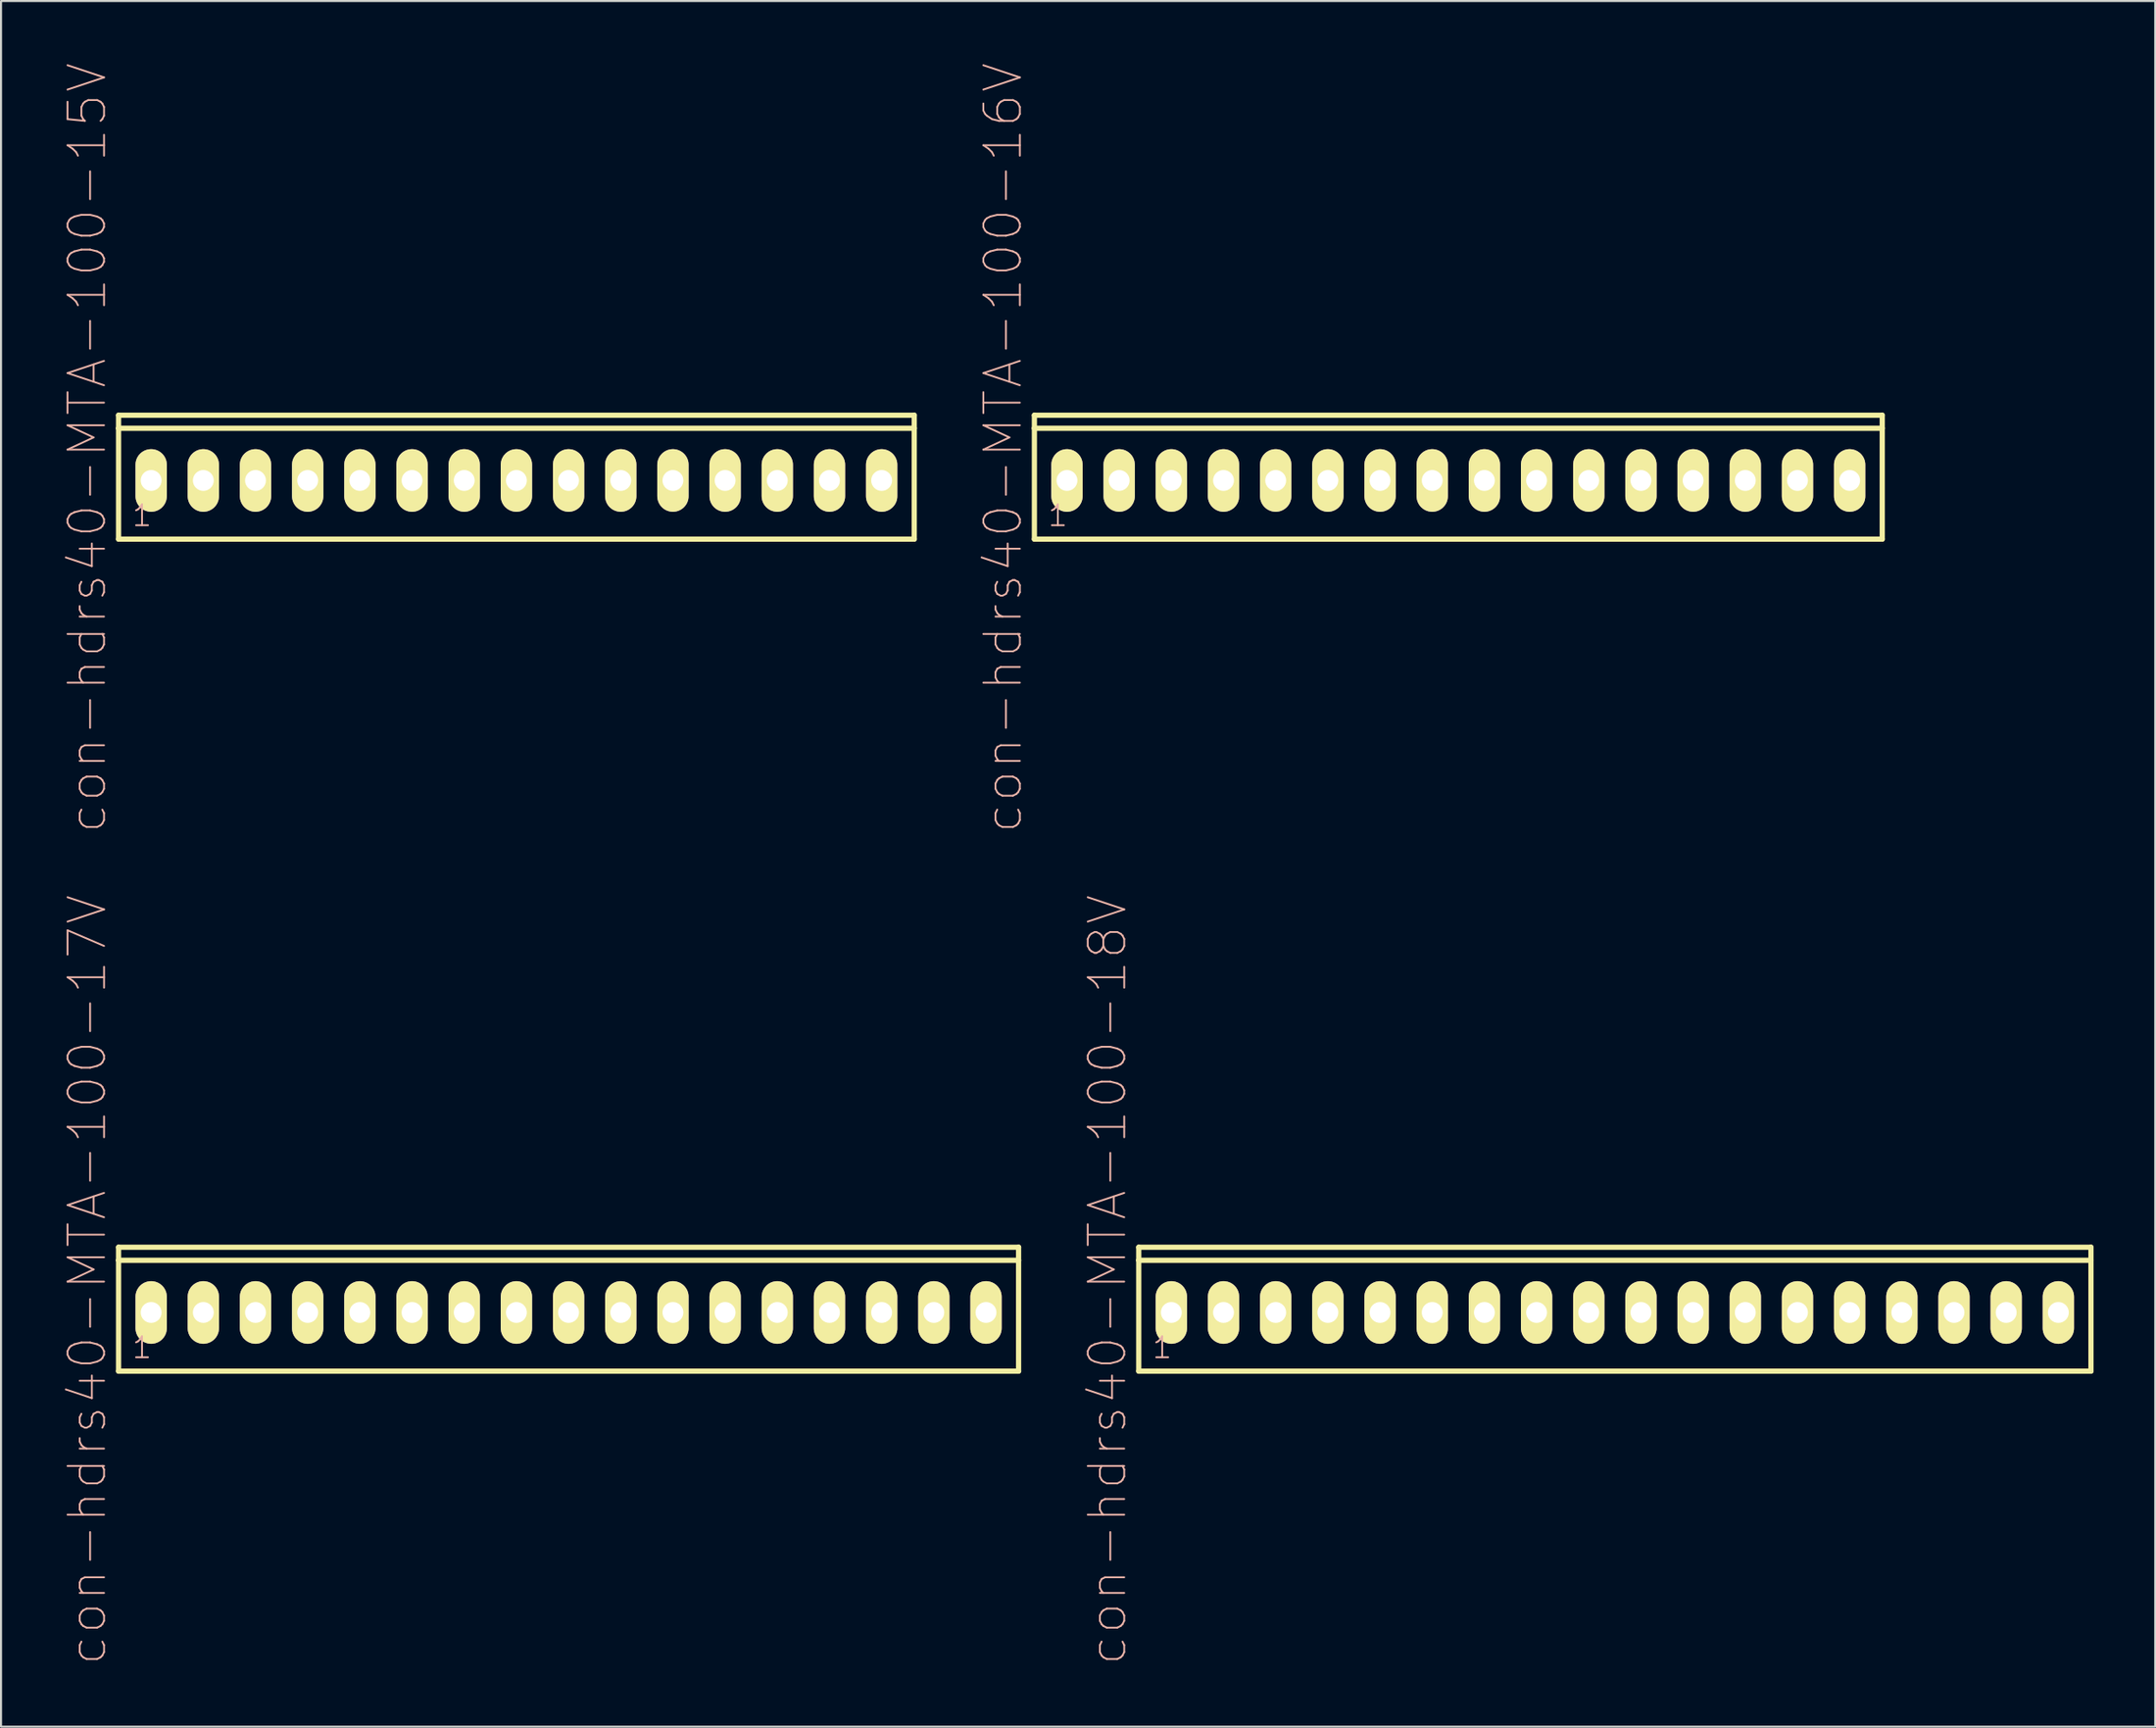
<source format=kicad_pcb>
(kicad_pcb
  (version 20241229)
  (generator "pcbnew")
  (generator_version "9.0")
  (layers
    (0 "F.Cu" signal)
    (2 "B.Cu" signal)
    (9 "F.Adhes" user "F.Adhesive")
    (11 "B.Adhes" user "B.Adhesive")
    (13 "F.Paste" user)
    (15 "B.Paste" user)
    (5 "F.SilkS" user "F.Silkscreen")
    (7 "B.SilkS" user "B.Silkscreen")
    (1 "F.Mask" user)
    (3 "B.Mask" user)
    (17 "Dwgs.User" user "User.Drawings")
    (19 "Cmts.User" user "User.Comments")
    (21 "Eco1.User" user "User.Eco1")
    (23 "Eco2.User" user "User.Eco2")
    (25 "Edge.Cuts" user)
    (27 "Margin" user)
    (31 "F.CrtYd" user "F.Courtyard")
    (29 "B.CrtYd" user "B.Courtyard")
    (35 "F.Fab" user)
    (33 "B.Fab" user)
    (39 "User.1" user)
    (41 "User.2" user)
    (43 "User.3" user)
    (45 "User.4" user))
  (footprint "con-hdrs40-MTA-100-15V"
    (layer "F.Cu")
    (at 22.088 20.339)
    (property "Reference" "con-hdrs40-MTA-100-15V" (at -20.892 -1.587 90) (layer "B.SilkS") (effects (font (size 1.778 1.778) (thickness 0.089))))
    (attr exclude_from_pos_files exclude_from_bom)
    (fp_line (start -19.367 -3.175) (end -19.367 -2.54) (stroke (width 0.254) (type solid)) (layer "F.SilkS"))
    (fp_line (start -19.367 -2.54) (end -19.367 2.857) (stroke (width 0.254) (type solid)) (layer "F.SilkS"))
    (fp_line (start -19.367 2.857) (end 19.367 2.857) (stroke (width 0.254) (type solid)) (layer "F.SilkS"))
    (fp_line (start 19.367 -3.175) (end -19.367 -3.175) (stroke (width 0.254) (type solid)) (layer "F.SilkS"))
    (fp_line (start 19.367 -2.54) (end -19.367 -2.54) (stroke (width 0.254) (type solid)) (layer "F.SilkS"))
    (fp_line (start 19.367 -2.54) (end 19.367 -3.175) (stroke (width 0.254) (type solid)) (layer "F.SilkS"))
    (fp_line (start 19.367 2.857) (end 19.367 -2.54) (stroke (width 0.254) (type solid)) (layer "F.SilkS"))
    (fp_text user "1" (at -18.224 1.714 0) (layer "B.SilkS") (effects (font (size 1.016 1.016) (thickness 0.089))))
    (pad "1" thru_hole oval (at -17.78 0) (size 1.524 3.048) (drill 1.016) (layers "*.Cu" "F.Mask" "F.SilkS" "F.Paste"))
    (pad "2" thru_hole oval (at -15.24 0) (size 1.524 3.048) (drill 1.016) (layers "*.Cu" "F.Mask" "F.SilkS" "F.Paste"))
    (pad "3" thru_hole oval (at -12.7 0) (size 1.524 3.048) (drill 1.016) (layers "*.Cu" "F.Mask" "F.SilkS" "F.Paste"))
    (pad "4" thru_hole oval (at -10.16 0) (size 1.524 3.048) (drill 1.016) (layers "*.Cu" "F.Mask" "F.SilkS" "F.Paste"))
    (pad "5" thru_hole oval (at -7.62 0) (size 1.524 3.048) (drill 1.016) (layers "*.Cu" "F.Mask" "F.SilkS" "F.Paste"))
    (pad "6" thru_hole oval (at -5.08 0) (size 1.524 3.048) (drill 1.016) (layers "*.Cu" "F.Mask" "F.SilkS" "F.Paste"))
    (pad "7" thru_hole oval (at -2.54 0) (size 1.524 3.048) (drill 1.016) (layers "*.Cu" "F.Mask" "F.SilkS" "F.Paste"))
    (pad "8" thru_hole oval (at 0 0) (size 1.524 3.048) (drill 1.016) (layers "*.Cu" "F.Mask" "F.SilkS" "F.Paste"))
    (pad "9" thru_hole oval (at 2.54 0) (size 1.524 3.048) (drill 1.016) (layers "*.Cu" "F.Mask" "F.SilkS" "F.Paste"))
    (pad "10" thru_hole oval (at 5.08 0) (size 1.524 3.048) (drill 1.016) (layers "*.Cu" "F.Mask" "F.SilkS" "F.Paste"))
    (pad "11" thru_hole oval (at 7.62 0) (size 1.524 3.048) (drill 1.016) (layers "*.Cu" "F.Mask" "F.SilkS" "F.Paste"))
    (pad "12" thru_hole oval (at 10.16 0) (size 1.524 3.048) (drill 1.016) (layers "*.Cu" "F.Mask" "F.SilkS" "F.Paste"))
    (pad "13" thru_hole oval (at 12.7 0) (size 1.524 3.048) (drill 1.016) (layers "*.Cu" "F.Mask" "F.SilkS" "F.Paste"))
    (pad "14" thru_hole oval (at 15.24 0) (size 1.524 3.048) (drill 1.016) (layers "*.Cu" "F.Mask" "F.SilkS" "F.Paste"))
    (pad "15" thru_hole oval (at 17.78 0) (size 1.524 3.048) (drill 1.016) (layers "*.Cu" "F.Mask" "F.SilkS" "F.Paste")))
  (footprint "con-hdrs40-MTA-100-17V"
    (layer "F.Cu")
    (at 24.628 60.842)
    (property "Reference" "con-hdrs40-MTA-100-17V" (at -23.431 -1.587 90) (layer "B.SilkS") (effects (font (size 1.778 1.778) (thickness 0.089))))
    (attr exclude_from_pos_files exclude_from_bom)
    (fp_line (start -21.907 -3.175) (end -21.907 -2.54) (stroke (width 0.254) (type solid)) (layer "F.SilkS"))
    (fp_line (start -21.907 -2.54) (end -21.907 2.857) (stroke (width 0.254) (type solid)) (layer "F.SilkS"))
    (fp_line (start -21.907 2.857) (end 21.907 2.857) (stroke (width 0.254) (type solid)) (layer "F.SilkS"))
    (fp_line (start 21.907 -3.175) (end -21.907 -3.175) (stroke (width 0.254) (type solid)) (layer "F.SilkS"))
    (fp_line (start 21.907 -2.54) (end -21.907 -2.54) (stroke (width 0.254) (type solid)) (layer "F.SilkS"))
    (fp_line (start 21.907 -2.54) (end 21.907 -3.175) (stroke (width 0.254) (type solid)) (layer "F.SilkS"))
    (fp_line (start 21.907 2.857) (end 21.907 -2.54) (stroke (width 0.254) (type solid)) (layer "F.SilkS"))
    (fp_text user "1" (at -20.765 1.714 0) (layer "B.SilkS") (effects (font (size 1.016 1.016) (thickness 0.089))))
    (pad "1" thru_hole oval (at -20.32 0) (size 1.524 3.048) (drill 1.016) (layers "*.Cu" "F.Mask" "F.SilkS" "F.Paste"))
    (pad "2" thru_hole oval (at -17.78 0) (size 1.524 3.048) (drill 1.016) (layers "*.Cu" "F.Mask" "F.SilkS" "F.Paste"))
    (pad "3" thru_hole oval (at -15.24 0) (size 1.524 3.048) (drill 1.016) (layers "*.Cu" "F.Mask" "F.SilkS" "F.Paste"))
    (pad "4" thru_hole oval (at -12.7 0) (size 1.524 3.048) (drill 1.016) (layers "*.Cu" "F.Mask" "F.SilkS" "F.Paste"))
    (pad "5" thru_hole oval (at -10.16 0) (size 1.524 3.048) (drill 1.016) (layers "*.Cu" "F.Mask" "F.SilkS" "F.Paste"))
    (pad "6" thru_hole oval (at -7.62 0) (size 1.524 3.048) (drill 1.016) (layers "*.Cu" "F.Mask" "F.SilkS" "F.Paste"))
    (pad "7" thru_hole oval (at -5.08 0) (size 1.524 3.048) (drill 1.016) (layers "*.Cu" "F.Mask" "F.SilkS" "F.Paste"))
    (pad "8" thru_hole oval (at -2.54 0) (size 1.524 3.048) (drill 1.016) (layers "*.Cu" "F.Mask" "F.SilkS" "F.Paste"))
    (pad "9" thru_hole oval (at 0 0) (size 1.524 3.048) (drill 1.016) (layers "*.Cu" "F.Mask" "F.SilkS" "F.Paste"))
    (pad "10" thru_hole oval (at 2.54 0) (size 1.524 3.048) (drill 1.016) (layers "*.Cu" "F.Mask" "F.SilkS" "F.Paste"))
    (pad "11" thru_hole oval (at 5.08 0) (size 1.524 3.048) (drill 1.016) (layers "*.Cu" "F.Mask" "F.SilkS" "F.Paste"))
    (pad "12" thru_hole oval (at 7.62 0) (size 1.524 3.048) (drill 1.016) (layers "*.Cu" "F.Mask" "F.SilkS" "F.Paste"))
    (pad "13" thru_hole oval (at 10.16 0) (size 1.524 3.048) (drill 1.016) (layers "*.Cu" "F.Mask" "F.SilkS" "F.Paste"))
    (pad "14" thru_hole oval (at 12.7 0) (size 1.524 3.048) (drill 1.016) (layers "*.Cu" "F.Mask" "F.SilkS" "F.Paste"))
    (pad "15" thru_hole oval (at 15.24 0) (size 1.524 3.048) (drill 1.016) (layers "*.Cu" "F.Mask" "F.SilkS" "F.Paste"))
    (pad "16" thru_hole oval (at 17.78 0) (size 1.524 3.048) (drill 1.016) (layers "*.Cu" "F.Mask" "F.SilkS" "F.Paste"))
    (pad "17" thru_hole oval (at 20.32 0) (size 1.524 3.048) (drill 1.016) (layers "*.Cu" "F.Mask" "F.SilkS" "F.Paste")))
  (footprint "con-hdrs40-MTA-100-16V"
    (layer "F.Cu")
    (at 67.94 20.339)
    (property "Reference" "con-hdrs40-MTA-100-16V" (at -22.162 -1.587 90) (layer "B.SilkS") (effects (font (size 1.778 1.778) (thickness 0.089))))
    (attr exclude_from_pos_files exclude_from_bom)
    (fp_line (start -20.637 -3.175) (end -20.637 -2.54) (stroke (width 0.254) (type solid)) (layer "F.SilkS"))
    (fp_line (start -20.637 -2.54) (end -20.637 2.857) (stroke (width 0.254) (type solid)) (layer "F.SilkS"))
    (fp_line (start -20.637 2.857) (end 20.637 2.857) (stroke (width 0.254) (type solid)) (layer "F.SilkS"))
    (fp_line (start 20.637 -3.175) (end -20.637 -3.175) (stroke (width 0.254) (type solid)) (layer "F.SilkS"))
    (fp_line (start 20.637 -2.54) (end -20.637 -2.54) (stroke (width 0.254) (type solid)) (layer "F.SilkS"))
    (fp_line (start 20.637 -2.54) (end 20.637 -3.175) (stroke (width 0.254) (type solid)) (layer "F.SilkS"))
    (fp_line (start 20.637 2.857) (end 20.637 -2.54) (stroke (width 0.254) (type solid)) (layer "F.SilkS"))
    (fp_text user "1" (at -19.494 1.714 0) (layer "B.SilkS") (effects (font (size 1.016 1.016) (thickness 0.089))))
    (pad "1" thru_hole oval (at -19.05 0) (size 1.524 3.048) (drill 1.016) (layers "*.Cu" "F.Mask" "F.SilkS" "F.Paste"))
    (pad "2" thru_hole oval (at -16.51 0) (size 1.524 3.048) (drill 1.016) (layers "*.Cu" "F.Mask" "F.SilkS" "F.Paste"))
    (pad "3" thru_hole oval (at -13.97 0) (size 1.524 3.048) (drill 1.016) (layers "*.Cu" "F.Mask" "F.SilkS" "F.Paste"))
    (pad "4" thru_hole oval (at -11.43 0) (size 1.524 3.048) (drill 1.016) (layers "*.Cu" "F.Mask" "F.SilkS" "F.Paste"))
    (pad "5" thru_hole oval (at -8.89 0) (size 1.524 3.048) (drill 1.016) (layers "*.Cu" "F.Mask" "F.SilkS" "F.Paste"))
    (pad "6" thru_hole oval (at -6.35 0) (size 1.524 3.048) (drill 1.016) (layers "*.Cu" "F.Mask" "F.SilkS" "F.Paste"))
    (pad "7" thru_hole oval (at -3.81 0) (size 1.524 3.048) (drill 1.016) (layers "*.Cu" "F.Mask" "F.SilkS" "F.Paste"))
    (pad "8" thru_hole oval (at -1.27 0) (size 1.524 3.048) (drill 1.016) (layers "*.Cu" "F.Mask" "F.SilkS" "F.Paste"))
    (pad "9" thru_hole oval (at 1.27 0) (size 1.524 3.048) (drill 1.016) (layers "*.Cu" "F.Mask" "F.SilkS" "F.Paste"))
    (pad "10" thru_hole oval (at 3.81 0) (size 1.524 3.048) (drill 1.016) (layers "*.Cu" "F.Mask" "F.SilkS" "F.Paste"))
    (pad "11" thru_hole oval (at 6.35 0) (size 1.524 3.048) (drill 1.016) (layers "*.Cu" "F.Mask" "F.SilkS" "F.Paste"))
    (pad "12" thru_hole oval (at 8.89 0) (size 1.524 3.048) (drill 1.016) (layers "*.Cu" "F.Mask" "F.SilkS" "F.Paste"))
    (pad "13" thru_hole oval (at 11.43 0) (size 1.524 3.048) (drill 1.016) (layers "*.Cu" "F.Mask" "F.SilkS" "F.Paste"))
    (pad "14" thru_hole oval (at 13.97 0) (size 1.524 3.048) (drill 1.016) (layers "*.Cu" "F.Mask" "F.SilkS" "F.Paste"))
    (pad "15" thru_hole oval (at 16.51 0) (size 1.524 3.048) (drill 1.016) (layers "*.Cu" "F.Mask" "F.SilkS" "F.Paste"))
    (pad "16" thru_hole oval (at 19.05 0) (size 1.524 3.048) (drill 1.016) (layers "*.Cu" "F.Mask" "F.SilkS" "F.Paste")))
  (footprint "con-hdrs40-MTA-100-18V"
    (layer "F.Cu")
    (at 75.56 60.842)
    (property "Reference" "con-hdrs40-MTA-100-18V" (at -24.701 -1.587 90) (layer "B.SilkS") (effects (font (size 1.778 1.778) (thickness 0.089))))
    (attr exclude_from_pos_files exclude_from_bom)
    (fp_line (start -23.177 -3.175) (end -23.177 -2.54) (stroke (width 0.254) (type solid)) (layer "F.SilkS"))
    (fp_line (start -23.177 -2.54) (end -23.177 2.857) (stroke (width 0.254) (type solid)) (layer "F.SilkS"))
    (fp_line (start -23.177 2.857) (end 23.177 2.857) (stroke (width 0.254) (type solid)) (layer "F.SilkS"))
    (fp_line (start 23.177 -3.175) (end -23.177 -3.175) (stroke (width 0.254) (type solid)) (layer "F.SilkS"))
    (fp_line (start 23.177 -2.54) (end -23.177 -2.54) (stroke (width 0.254) (type solid)) (layer "F.SilkS"))
    (fp_line (start 23.177 -2.54) (end 23.177 -3.175) (stroke (width 0.254) (type solid)) (layer "F.SilkS"))
    (fp_line (start 23.177 2.857) (end 23.177 -2.54) (stroke (width 0.254) (type solid)) (layer "F.SilkS"))
    (fp_text user "1" (at -22.035 1.714 0) (layer "B.SilkS") (effects (font (size 1.016 1.016) (thickness 0.089))))
    (pad "1" thru_hole oval (at -21.59 0) (size 1.524 3.048) (drill 1.016) (layers "*.Cu" "F.Mask" "F.SilkS" "F.Paste"))
    (pad "2" thru_hole oval (at -19.05 0) (size 1.524 3.048) (drill 1.016) (layers "*.Cu" "F.Mask" "F.SilkS" "F.Paste"))
    (pad "3" thru_hole oval (at -16.51 0) (size 1.524 3.048) (drill 1.016) (layers "*.Cu" "F.Mask" "F.SilkS" "F.Paste"))
    (pad "4" thru_hole oval (at -13.97 0) (size 1.524 3.048) (drill 1.016) (layers "*.Cu" "F.Mask" "F.SilkS" "F.Paste"))
    (pad "5" thru_hole oval (at -11.43 0) (size 1.524 3.048) (drill 1.016) (layers "*.Cu" "F.Mask" "F.SilkS" "F.Paste"))
    (pad "6" thru_hole oval (at -8.89 0) (size 1.524 3.048) (drill 1.016) (layers "*.Cu" "F.Mask" "F.SilkS" "F.Paste"))
    (pad "7" thru_hole oval (at -6.35 0) (size 1.524 3.048) (drill 1.016) (layers "*.Cu" "F.Mask" "F.SilkS" "F.Paste"))
    (pad "8" thru_hole oval (at -3.81 0) (size 1.524 3.048) (drill 1.016) (layers "*.Cu" "F.Mask" "F.SilkS" "F.Paste"))
    (pad "9" thru_hole oval (at -1.27 0) (size 1.524 3.048) (drill 1.016) (layers "*.Cu" "F.Mask" "F.SilkS" "F.Paste"))
    (pad "10" thru_hole oval (at 1.27 0) (size 1.524 3.048) (drill 1.016) (layers "*.Cu" "F.Mask" "F.SilkS" "F.Paste"))
    (pad "11" thru_hole oval (at 3.81 0) (size 1.524 3.048) (drill 1.016) (layers "*.Cu" "F.Mask" "F.SilkS" "F.Paste"))
    (pad "12" thru_hole oval (at 6.35 0) (size 1.524 3.048) (drill 1.016) (layers "*.Cu" "F.Mask" "F.SilkS" "F.Paste"))
    (pad "13" thru_hole oval (at 8.89 0) (size 1.524 3.048) (drill 1.016) (layers "*.Cu" "F.Mask" "F.SilkS" "F.Paste"))
    (pad "14" thru_hole oval (at 11.43 0) (size 1.524 3.048) (drill 1.016) (layers "*.Cu" "F.Mask" "F.SilkS" "F.Paste"))
    (pad "15" thru_hole oval (at 13.97 0) (size 1.524 3.048) (drill 1.016) (layers "*.Cu" "F.Mask" "F.SilkS" "F.Paste"))
    (pad "16" thru_hole oval (at 16.51 0) (size 1.524 3.048) (drill 1.016) (layers "*.Cu" "F.Mask" "F.SilkS" "F.Paste"))
    (pad "17" thru_hole oval (at 19.05 0) (size 1.524 3.048) (drill 1.016) (layers "*.Cu" "F.Mask" "F.SilkS" "F.Paste"))
    (pad "18" thru_hole oval (at 21.59 0) (size 1.524 3.048) (drill 1.016) (layers "*.Cu" "F.Mask" "F.SilkS" "F.Paste")))
  (gr_rect
    (start -3 -3)
    (end 101.864 81.006)
    (stroke (width 0.1) (type default))
    (fill no)
    (layer "Edge.Cuts")))
</source>
